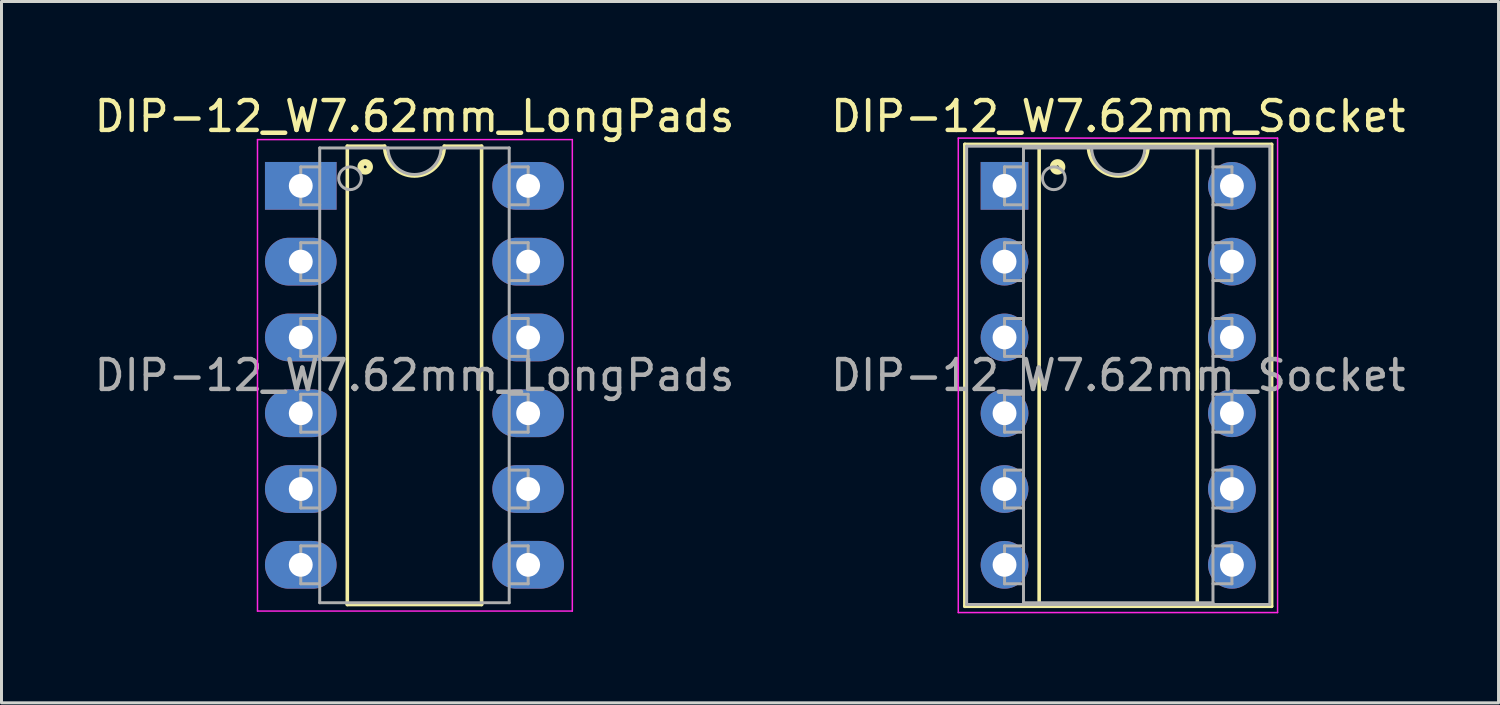
<source format=kicad_pcb>
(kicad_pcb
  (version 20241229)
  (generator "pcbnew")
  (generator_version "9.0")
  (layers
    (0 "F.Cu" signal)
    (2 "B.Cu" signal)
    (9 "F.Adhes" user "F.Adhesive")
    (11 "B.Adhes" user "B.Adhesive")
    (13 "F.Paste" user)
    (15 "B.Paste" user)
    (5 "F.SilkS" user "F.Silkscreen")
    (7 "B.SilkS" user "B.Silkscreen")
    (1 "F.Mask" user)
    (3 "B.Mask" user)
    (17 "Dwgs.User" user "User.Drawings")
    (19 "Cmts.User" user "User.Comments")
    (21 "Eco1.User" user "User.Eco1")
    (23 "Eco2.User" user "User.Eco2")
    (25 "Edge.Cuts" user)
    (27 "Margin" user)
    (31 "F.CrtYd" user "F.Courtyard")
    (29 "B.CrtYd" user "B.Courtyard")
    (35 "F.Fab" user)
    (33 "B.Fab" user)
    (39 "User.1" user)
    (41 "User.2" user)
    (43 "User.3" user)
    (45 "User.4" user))
  (footprint "DIP-12_W7.62mm_LongPads"
    (layer "F.Cu")
    (at 7.029 3.178)
    (property "Reference" "DIP-12_W7.62mm_LongPads" (at 3.81 -2.33 0) (layer "F.SilkS") (effects (font (size 1 1) (thickness 0.15))))
    (attr through_hole)
    (fp_line (start 1.56 -1.33) (end 1.56 14.03) (stroke (width 0.12) (type solid)) (layer "F.SilkS"))
    (fp_line (start 1.56 14.03) (end 6.06 14.03) (stroke (width 0.12) (type solid)) (layer "F.SilkS"))
    (fp_line (start 2.81 -1.33) (end 1.56 -1.33) (stroke (width 0.12) (type solid)) (layer "F.SilkS"))
    (fp_line (start 6.06 -1.33) (end 4.81 -1.33) (stroke (width 0.12) (type solid)) (layer "F.SilkS"))
    (fp_line (start 6.06 14.03) (end 6.06 -1.33) (stroke (width 0.12) (type solid)) (layer "F.SilkS"))
    (fp_arc (start 4.81 -1.33) (mid 3.81 -0.33) (end 2.81 -1.33) (stroke (width 0.12) (type solid)) (layer "F.SilkS"))
    (fp_circle (center 2.159 -0.635) (end 2.209 -0.635) (stroke (width 0.12) (type solid)) (fill no) (layer "F.SilkS"))
    (fp_circle (center 2.159 -0.635) (end 2.284 -0.635) (stroke (width 0.12) (type solid)) (fill no) (layer "F.SilkS"))
    (fp_circle (center 2.159 -0.635) (end 2.359 -0.635) (stroke (width 0.12) (type solid)) (fill no) (layer "F.SilkS"))
    (fp_line (start -1.45 -1.55) (end -1.45 14.25) (stroke (width 0.05) (type solid)) (layer "F.CrtYd"))
    (fp_line (start -1.45 14.25) (end 9.1 14.25) (stroke (width 0.05) (type solid)) (layer "F.CrtYd"))
    (fp_line (start 9.1 -1.55) (end -1.45 -1.55) (stroke (width 0.05) (type solid)) (layer "F.CrtYd"))
    (fp_line (start 9.1 14.25) (end 9.1 -1.55) (stroke (width 0.05) (type solid)) (layer "F.CrtYd"))
    (fp_line (start 0 -0.635) (end 0 0.635) (stroke (width 0.1) (type solid)) (layer "F.Fab"))
    (fp_line (start 0 -0.635) (end 0.635 -0.635) (stroke (width 0.1) (type solid)) (layer "F.Fab"))
    (fp_line (start 0 0.635) (end 0.635 0.635) (stroke (width 0.1) (type solid)) (layer "F.Fab"))
    (fp_line (start 0 1.905) (end 0 3.175) (stroke (width 0.1) (type solid)) (layer "F.Fab"))
    (fp_line (start 0 1.905) (end 0.635 1.905) (stroke (width 0.1) (type solid)) (layer "F.Fab"))
    (fp_line (start 0 3.175) (end 0.635 3.175) (stroke (width 0.1) (type solid)) (layer "F.Fab"))
    (fp_line (start 0 4.445) (end 0 5.715) (stroke (width 0.1) (type solid)) (layer "F.Fab"))
    (fp_line (start 0 4.445) (end 0.635 4.445) (stroke (width 0.1) (type solid)) (layer "F.Fab"))
    (fp_line (start 0 5.715) (end 0.635 5.715) (stroke (width 0.1) (type solid)) (layer "F.Fab"))
    (fp_line (start 0 6.985) (end 0 8.255) (stroke (width 0.1) (type solid)) (layer "F.Fab"))
    (fp_line (start 0 6.985) (end 0.635 6.985) (stroke (width 0.1) (type solid)) (layer "F.Fab"))
    (fp_line (start 0 8.255) (end 0.635 8.255) (stroke (width 0.1) (type solid)) (layer "F.Fab"))
    (fp_line (start 0 9.525) (end 0 10.795) (stroke (width 0.1) (type solid)) (layer "F.Fab"))
    (fp_line (start 0 9.525) (end 0.635 9.525) (stroke (width 0.1) (type solid)) (layer "F.Fab"))
    (fp_line (start 0 10.795) (end 0.635 10.795) (stroke (width 0.1) (type solid)) (layer "F.Fab"))
    (fp_line (start 0 12.065) (end 0 13.335) (stroke (width 0.1) (type solid)) (layer "F.Fab"))
    (fp_line (start 0 12.065) (end 0.635 12.065) (stroke (width 0.1) (type solid)) (layer "F.Fab"))
    (fp_line (start 0 13.335) (end 0.635 13.335) (stroke (width 0.1) (type solid)) (layer "F.Fab"))
    (fp_line (start 0.635 -1.27) (end 6.985 -1.27) (stroke (width 0.1) (type solid)) (layer "F.Fab"))
    (fp_line (start 0.635 13.97) (end 0.635 -1.27) (stroke (width 0.1) (type solid)) (layer "F.Fab"))
    (fp_line (start 6.985 -1.27) (end 6.985 13.97) (stroke (width 0.1) (type solid)) (layer "F.Fab"))
    (fp_line (start 6.985 13.97) (end 0.635 13.97) (stroke (width 0.1) (type solid)) (layer "F.Fab"))
    (fp_line (start 7.62 -0.635) (end 6.985 -0.635) (stroke (width 0.1) (type solid)) (layer "F.Fab"))
    (fp_line (start 7.62 0.635) (end 6.985 0.635) (stroke (width 0.1) (type solid)) (layer "F.Fab"))
    (fp_line (start 7.62 0.635) (end 7.62 -0.635) (stroke (width 0.1) (type solid)) (layer "F.Fab"))
    (fp_line (start 7.62 1.905) (end 6.985 1.905) (stroke (width 0.1) (type solid)) (layer "F.Fab"))
    (fp_line (start 7.62 3.175) (end 6.985 3.175) (stroke (width 0.1) (type solid)) (layer "F.Fab"))
    (fp_line (start 7.62 3.175) (end 7.62 1.905) (stroke (width 0.1) (type solid)) (layer "F.Fab"))
    (fp_line (start 7.62 4.445) (end 6.985 4.445) (stroke (width 0.1) (type solid)) (layer "F.Fab"))
    (fp_line (start 7.62 5.715) (end 6.985 5.715) (stroke (width 0.1) (type solid)) (layer "F.Fab"))
    (fp_line (start 7.62 5.715) (end 7.62 4.445) (stroke (width 0.1) (type solid)) (layer "F.Fab"))
    (fp_line (start 7.62 6.985) (end 6.985 6.985) (stroke (width 0.1) (type solid)) (layer "F.Fab"))
    (fp_line (start 7.62 8.255) (end 6.985 8.255) (stroke (width 0.1) (type solid)) (layer "F.Fab"))
    (fp_line (start 7.62 8.255) (end 7.62 6.985) (stroke (width 0.1) (type solid)) (layer "F.Fab"))
    (fp_line (start 7.62 9.525) (end 6.985 9.525) (stroke (width 0.1) (type solid)) (layer "F.Fab"))
    (fp_line (start 7.62 10.795) (end 6.985 10.795) (stroke (width 0.1) (type solid)) (layer "F.Fab"))
    (fp_line (start 7.62 10.795) (end 7.62 9.525) (stroke (width 0.1) (type solid)) (layer "F.Fab"))
    (fp_line (start 7.62 12.065) (end 6.985 12.065) (stroke (width 0.1) (type solid)) (layer "F.Fab"))
    (fp_line (start 7.62 13.335) (end 6.985 13.335) (stroke (width 0.1) (type solid)) (layer "F.Fab"))
    (fp_line (start 7.62 13.335) (end 7.62 12.065) (stroke (width 0.1) (type solid)) (layer "F.Fab"))
    (fp_arc (start 4.699 -1.27) (mid 3.81 -0.381) (end 2.921 -1.27) (stroke (width 0.1) (type solid)) (layer "F.Fab"))
    (fp_circle (center 1.651 -0.254) (end 2.032 -0.254) (stroke (width 0.1) (type solid)) (fill no) (layer "F.Fab"))
    (fp_text user "${REFERENCE}" (at 3.81 6.35 0) (layer "F.Fab") (effects (font (size 1 1) (thickness 0.15))))
    (pad "1" thru_hole rect (at 0 0) (size 2.4 1.6) (drill 0.8) (layers "*.Cu" "*.Mask"))
    (pad "2" thru_hole oval (at 0 2.54) (size 2.4 1.6) (drill 0.8) (layers "*.Cu" "*.Mask"))
    (pad "3" thru_hole oval (at 0 5.08) (size 2.4 1.6) (drill 0.8) (layers "*.Cu" "*.Mask"))
    (pad "4" thru_hole oval (at 0 7.62) (size 2.4 1.6) (drill 0.8) (layers "*.Cu" "*.Mask"))
    (pad "5" thru_hole oval (at 0 10.16) (size 2.4 1.6) (drill 0.8) (layers "*.Cu" "*.Mask"))
    (pad "6" thru_hole oval (at 0 12.7) (size 2.4 1.6) (drill 0.8) (layers "*.Cu" "*.Mask"))
    (pad "7" thru_hole oval (at 7.62 12.7) (size 2.4 1.6) (drill 0.8) (layers "*.Cu" "*.Mask"))
    (pad "8" thru_hole oval (at 7.62 10.16) (size 2.4 1.6) (drill 0.8) (layers "*.Cu" "*.Mask"))
    (pad "9" thru_hole oval (at 7.62 7.62) (size 2.4 1.6) (drill 0.8) (layers "*.Cu" "*.Mask"))
    (pad "10" thru_hole oval (at 7.62 5.08) (size 2.4 1.6) (drill 0.8) (layers "*.Cu" "*.Mask"))
    (pad "11" thru_hole oval (at 7.62 2.54) (size 2.4 1.6) (drill 0.8) (layers "*.Cu" "*.Mask"))
    (pad "12" thru_hole oval (at 7.62 0) (size 2.4 1.6) (drill 0.8) (layers "*.Cu" "*.Mask")))
  (footprint "DIP-12_W7.62mm_Socket"
    (layer "F.Cu")
    (at 30.613 3.178)
    (property "Reference" "DIP-12_W7.62mm_Socket" (at 3.81 -2.33 0) (layer "F.SilkS") (effects (font (size 1 1) (thickness 0.15))))
    (attr through_hole)
    (fp_line (start -1.33 -1.39) (end -1.33 14.09) (stroke (width 0.12) (type solid)) (layer "F.SilkS"))
    (fp_line (start -1.33 14.09) (end 8.95 14.09) (stroke (width 0.12) (type solid)) (layer "F.SilkS"))
    (fp_line (start 1.16 -1.33) (end 1.16 14.03) (stroke (width 0.12) (type solid)) (layer "F.SilkS"))
    (fp_line (start 1.16 14.03) (end 6.46 14.03) (stroke (width 0.12) (type solid)) (layer "F.SilkS"))
    (fp_line (start 2.81 -1.33) (end 1.16 -1.33) (stroke (width 0.12) (type solid)) (layer "F.SilkS"))
    (fp_line (start 6.46 -1.33) (end 4.81 -1.33) (stroke (width 0.12) (type solid)) (layer "F.SilkS"))
    (fp_line (start 6.46 14.03) (end 6.46 -1.33) (stroke (width 0.12) (type solid)) (layer "F.SilkS"))
    (fp_line (start 8.95 -1.39) (end -1.33 -1.39) (stroke (width 0.12) (type solid)) (layer "F.SilkS"))
    (fp_line (start 8.95 14.09) (end 8.95 -1.39) (stroke (width 0.12) (type solid)) (layer "F.SilkS"))
    (fp_arc (start 4.81 -1.33) (mid 3.81 -0.33) (end 2.81 -1.33) (stroke (width 0.12) (type solid)) (layer "F.SilkS"))
    (fp_circle (center 1.778 -0.635) (end 1.828 -0.635) (stroke (width 0.12) (type solid)) (fill no) (layer "F.SilkS"))
    (fp_circle (center 1.778 -0.635) (end 1.903 -0.635) (stroke (width 0.12) (type solid)) (fill no) (layer "F.SilkS"))
    (fp_circle (center 1.778 -0.635) (end 1.978 -0.635) (stroke (width 0.12) (type solid)) (fill no) (layer "F.SilkS"))
    (fp_line (start -1.55 -1.6) (end -1.55 14.3) (stroke (width 0.05) (type solid)) (layer "F.CrtYd"))
    (fp_line (start -1.55 14.3) (end 9.15 14.3) (stroke (width 0.05) (type solid)) (layer "F.CrtYd"))
    (fp_line (start 9.15 -1.6) (end -1.55 -1.6) (stroke (width 0.05) (type solid)) (layer "F.CrtYd"))
    (fp_line (start 9.15 14.3) (end 9.15 -1.6) (stroke (width 0.05) (type solid)) (layer "F.CrtYd"))
    (fp_line (start -1.27 -1.33) (end -1.27 14.03) (stroke (width 0.1) (type solid)) (layer "F.Fab"))
    (fp_line (start -1.27 14.03) (end 8.89 14.03) (stroke (width 0.1) (type solid)) (layer "F.Fab"))
    (fp_line (start 0 -0.635) (end 0 0.635) (stroke (width 0.1) (type solid)) (layer "F.Fab"))
    (fp_line (start 0 -0.635) (end 0.635 -0.635) (stroke (width 0.1) (type solid)) (layer "F.Fab"))
    (fp_line (start 0 0.635) (end 0.635 0.635) (stroke (width 0.1) (type solid)) (layer "F.Fab"))
    (fp_line (start 0 1.905) (end 0 3.175) (stroke (width 0.1) (type solid)) (layer "F.Fab"))
    (fp_line (start 0 1.905) (end 0.635 1.905) (stroke (width 0.1) (type solid)) (layer "F.Fab"))
    (fp_line (start 0 3.175) (end 0.635 3.175) (stroke (width 0.1) (type solid)) (layer "F.Fab"))
    (fp_line (start 0 4.445) (end 0 5.715) (stroke (width 0.1) (type solid)) (layer "F.Fab"))
    (fp_line (start 0 4.445) (end 0.635 4.445) (stroke (width 0.1) (type solid)) (layer "F.Fab"))
    (fp_line (start 0 5.715) (end 0.635 5.715) (stroke (width 0.1) (type solid)) (layer "F.Fab"))
    (fp_line (start 0 6.985) (end 0 8.255) (stroke (width 0.1) (type solid)) (layer "F.Fab"))
    (fp_line (start 0 6.985) (end 0.635 6.985) (stroke (width 0.1) (type solid)) (layer "F.Fab"))
    (fp_line (start 0 8.255) (end 0.635 8.255) (stroke (width 0.1) (type solid)) (layer "F.Fab"))
    (fp_line (start 0 9.525) (end 0 10.795) (stroke (width 0.1) (type solid)) (layer "F.Fab"))
    (fp_line (start 0 9.525) (end 0.635 9.525) (stroke (width 0.1) (type solid)) (layer "F.Fab"))
    (fp_line (start 0 10.795) (end 0.635 10.795) (stroke (width 0.1) (type solid)) (layer "F.Fab"))
    (fp_line (start 0 12.065) (end 0 13.335) (stroke (width 0.1) (type solid)) (layer "F.Fab"))
    (fp_line (start 0 12.065) (end 0.635 12.065) (stroke (width 0.1) (type solid)) (layer "F.Fab"))
    (fp_line (start 0 13.335) (end 0.635 13.335) (stroke (width 0.1) (type solid)) (layer "F.Fab"))
    (fp_line (start 0.635 -1.27) (end 6.985 -1.27) (stroke (width 0.1) (type solid)) (layer "F.Fab"))
    (fp_line (start 0.635 13.97) (end 0.635 -1.27) (stroke (width 0.1) (type solid)) (layer "F.Fab"))
    (fp_line (start 6.985 -1.27) (end 6.985 13.97) (stroke (width 0.1) (type solid)) (layer "F.Fab"))
    (fp_line (start 6.985 13.97) (end 0.635 13.97) (stroke (width 0.1) (type solid)) (layer "F.Fab"))
    (fp_line (start 7.62 -0.635) (end 6.985 -0.635) (stroke (width 0.1) (type solid)) (layer "F.Fab"))
    (fp_line (start 7.62 0.635) (end 6.985 0.635) (stroke (width 0.1) (type solid)) (layer "F.Fab"))
    (fp_line (start 7.62 0.635) (end 7.62 -0.635) (stroke (width 0.1) (type solid)) (layer "F.Fab"))
    (fp_line (start 7.62 1.905) (end 6.985 1.905) (stroke (width 0.1) (type solid)) (layer "F.Fab"))
    (fp_line (start 7.62 3.175) (end 6.985 3.175) (stroke (width 0.1) (type solid)) (layer "F.Fab"))
    (fp_line (start 7.62 3.175) (end 7.62 1.905) (stroke (width 0.1) (type solid)) (layer "F.Fab"))
    (fp_line (start 7.62 4.445) (end 6.985 4.445) (stroke (width 0.1) (type solid)) (layer "F.Fab"))
    (fp_line (start 7.62 5.715) (end 6.985 5.715) (stroke (width 0.1) (type solid)) (layer "F.Fab"))
    (fp_line (start 7.62 5.715) (end 7.62 4.445) (stroke (width 0.1) (type solid)) (layer "F.Fab"))
    (fp_line (start 7.62 6.985) (end 6.985 6.985) (stroke (width 0.1) (type solid)) (layer "F.Fab"))
    (fp_line (start 7.62 8.255) (end 6.985 8.255) (stroke (width 0.1) (type solid)) (layer "F.Fab"))
    (fp_line (start 7.62 8.255) (end 7.62 6.985) (stroke (width 0.1) (type solid)) (layer "F.Fab"))
    (fp_line (start 7.62 9.525) (end 6.985 9.525) (stroke (width 0.1) (type solid)) (layer "F.Fab"))
    (fp_line (start 7.62 10.795) (end 6.985 10.795) (stroke (width 0.1) (type solid)) (layer "F.Fab"))
    (fp_line (start 7.62 10.795) (end 7.62 9.525) (stroke (width 0.1) (type solid)) (layer "F.Fab"))
    (fp_line (start 7.62 12.065) (end 6.985 12.065) (stroke (width 0.1) (type solid)) (layer "F.Fab"))
    (fp_line (start 7.62 13.335) (end 6.985 13.335) (stroke (width 0.1) (type solid)) (layer "F.Fab"))
    (fp_line (start 7.62 13.335) (end 7.62 12.065) (stroke (width 0.1) (type solid)) (layer "F.Fab"))
    (fp_line (start 8.89 -1.33) (end -1.27 -1.33) (stroke (width 0.1) (type solid)) (layer "F.Fab"))
    (fp_line (start 8.89 14.03) (end 8.89 -1.33) (stroke (width 0.1) (type solid)) (layer "F.Fab"))
    (fp_arc (start 4.699 -1.27) (mid 3.81 -0.381) (end 2.921 -1.27) (stroke (width 0.1) (type solid)) (layer "F.Fab"))
    (fp_circle (center 1.651 -0.254) (end 2.032 -0.254) (stroke (width 0.1) (type solid)) (fill no) (layer "F.Fab"))
    (fp_text user "${REFERENCE}" (at 3.81 6.35 0) (layer "F.Fab") (effects (font (size 1 1) (thickness 0.15))))
    (pad "1" thru_hole rect (at 0 0) (size 1.6 1.6) (drill 0.8) (layers "*.Cu" "*.Mask"))
    (pad "2" thru_hole oval (at 0 2.54) (size 1.6 1.6) (drill 0.8) (layers "*.Cu" "*.Mask"))
    (pad "3" thru_hole oval (at 0 5.08) (size 1.6 1.6) (drill 0.8) (layers "*.Cu" "*.Mask"))
    (pad "4" thru_hole oval (at 0 7.62) (size 1.6 1.6) (drill 0.8) (layers "*.Cu" "*.Mask"))
    (pad "5" thru_hole oval (at 0 10.16) (size 1.6 1.6) (drill 0.8) (layers "*.Cu" "*.Mask"))
    (pad "6" thru_hole oval (at 0 12.7) (size 1.6 1.6) (drill 0.8) (layers "*.Cu" "*.Mask"))
    (pad "7" thru_hole oval (at 7.62 12.7) (size 1.6 1.6) (drill 0.8) (layers "*.Cu" "*.Mask"))
    (pad "8" thru_hole oval (at 7.62 10.16) (size 1.6 1.6) (drill 0.8) (layers "*.Cu" "*.Mask"))
    (pad "9" thru_hole oval (at 7.62 7.62) (size 1.6 1.6) (drill 0.8) (layers "*.Cu" "*.Mask"))
    (pad "10" thru_hole oval (at 7.62 5.08) (size 1.6 1.6) (drill 0.8) (layers "*.Cu" "*.Mask"))
    (pad "11" thru_hole oval (at 7.62 2.54) (size 1.6 1.6) (drill 0.8) (layers "*.Cu" "*.Mask"))
    (pad "12" thru_hole oval (at 7.62 0) (size 1.6 1.6) (drill 0.8) (layers "*.Cu" "*.Mask")))
  (gr_rect
    (start -3 -3)
    (end 47.167 20.503)
    (stroke (width 0.1) (type default))
    (fill no)
    (layer "Edge.Cuts")))
</source>
